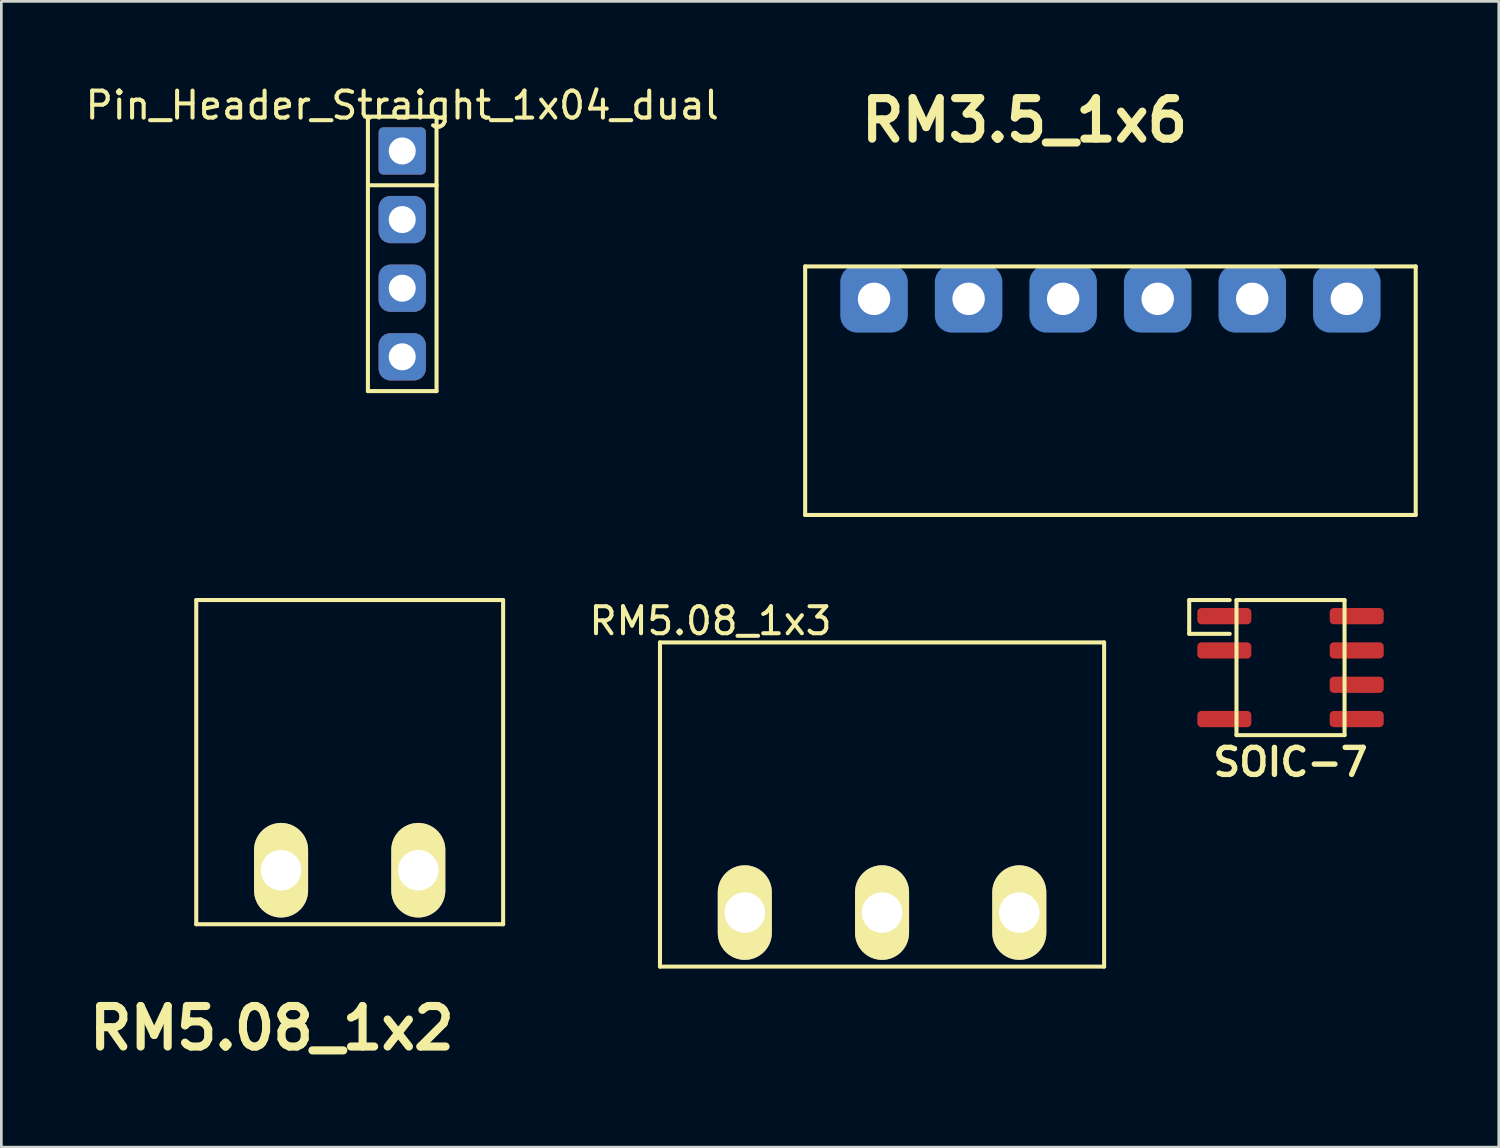
<source format=kicad_pcb>
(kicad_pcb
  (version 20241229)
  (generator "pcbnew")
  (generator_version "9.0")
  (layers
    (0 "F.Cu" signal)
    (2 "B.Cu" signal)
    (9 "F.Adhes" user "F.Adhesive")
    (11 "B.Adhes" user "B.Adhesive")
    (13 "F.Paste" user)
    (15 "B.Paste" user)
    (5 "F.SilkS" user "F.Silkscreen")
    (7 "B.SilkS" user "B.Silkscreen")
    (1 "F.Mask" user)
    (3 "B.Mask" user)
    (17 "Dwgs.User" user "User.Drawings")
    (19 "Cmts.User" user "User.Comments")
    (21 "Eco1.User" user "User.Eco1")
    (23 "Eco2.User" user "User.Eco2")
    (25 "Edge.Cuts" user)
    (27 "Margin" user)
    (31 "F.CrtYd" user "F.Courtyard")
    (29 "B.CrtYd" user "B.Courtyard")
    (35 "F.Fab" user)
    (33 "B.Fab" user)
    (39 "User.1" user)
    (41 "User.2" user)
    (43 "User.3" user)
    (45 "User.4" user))
  (footprint "SOIC-7"
    (layer "F.Cu")
    (at 44.72 21.662)
    (property "Reference" "SOIC-7" (at 0 3.5 0) (layer "F.SilkS") (effects (font (size 1 1) (thickness 0.2))))
    (attr smd)
    (fp_line (start -3.75 -2.5) (end -3.75 -1.25) (stroke (width 0.15) (type solid)) (layer "F.SilkS"))
    (fp_line (start -3.75 -1.25) (end -2.25 -1.25) (stroke (width 0.15) (type solid)) (layer "F.SilkS"))
    (fp_line (start -2.25 -2.5) (end -3.75 -2.5) (stroke (width 0.15) (type solid)) (layer "F.SilkS"))
    (fp_line (start -2 -2.5) (end -2 2.5) (stroke (width 0.15) (type solid)) (layer "F.SilkS"))
    (fp_line (start -2 2.5) (end 2 2.5) (stroke (width 0.15) (type solid)) (layer "F.SilkS"))
    (fp_line (start 2 -2.5) (end -2 -2.5) (stroke (width 0.15) (type solid)) (layer "F.SilkS"))
    (fp_line (start 2 2.5) (end 2 -2.5) (stroke (width 0.15) (type solid)) (layer "F.SilkS"))
    (pad "1" smd roundrect (at -2.45 -1.905 270) (size 0.6 2) (layers "F.Cu" "F.Mask" "F.Paste") (roundrect_rratio 0.25))
    (pad "2" smd roundrect (at -2.45 -0.635 270) (size 0.6 2) (layers "F.Cu" "F.Mask" "F.Paste") (roundrect_rratio 0.25))
    (pad "4" smd roundrect (at -2.45 1.905 270) (size 0.6 2) (layers "F.Cu" "F.Mask" "F.Paste") (roundrect_rratio 0.25))
    (pad "5" smd roundrect (at 2.45 1.905 270) (size 0.6 2) (layers "F.Cu" "F.Mask" "F.Paste") (roundrect_rratio 0.25))
    (pad "6" smd roundrect (at 2.45 0.635 270) (size 0.6 2) (layers "F.Cu" "F.Mask" "F.Paste") (roundrect_rratio 0.25))
    (pad "7" smd roundrect (at 2.45 -0.635 270) (size 0.6 2) (layers "F.Cu" "F.Mask" "F.Paste") (roundrect_rratio 0.25))
    (pad "8" smd roundrect (at 2.45 -1.905 270) (size 0.6 2) (layers "F.Cu" "F.Mask" "F.Paste") (roundrect_rratio 0.25)))
  (footprint "RM5.08_1x2"
    (layer "F.Cu")
    (at 7.354 29.162)
    (property "Reference" "RM5.08_1x2" (at -0.34 5.848 0) (layer "F.SilkS") (effects (font (size 1.5 1.5) (thickness 0.3))))
    (attr through_hole)
    (fp_line (start -3.14 -10) (end -3.14 2) (stroke (width 0.15) (type solid)) (layer "F.SilkS"))
    (fp_line (start -3.14 2) (end 8.22 2) (stroke (width 0.15) (type solid)) (layer "F.SilkS"))
    (fp_line (start 8.22 -10) (end -3.14 -10) (stroke (width 0.15) (type solid)) (layer "F.SilkS"))
    (fp_line (start 8.22 2) (end 8.22 -10) (stroke (width 0.15) (type solid)) (layer "F.SilkS"))
    (pad "1" thru_hole oval (at 0 0) (size 2 3.5) (drill 1.5) (layers "*.Cu" "*.Mask" "F.SilkS"))
    (pad "2" thru_hole oval (at 5.08 0) (size 2 3.5) (drill 1.5) (layers "*.Cu" "*.Mask" "F.SilkS")))
  (footprint "Pin_Header_Straight_1x04_dual"
    (layer "F.Cu")
    (at 11.839 6.348)
    (property "Reference" "Pin_Header_Straight_1x04_dual" (at 0 -5.5 0) (layer "F.SilkS") (effects (font (size 1 1) (thickness 0.15))))
    (attr through_hole)
    (fp_line (start -1.27 -5.08) (end -1.27 5.08) (stroke (width 0.15) (type solid)) (layer "F.SilkS"))
    (fp_line (start -1.27 -2.54) (end 1.27 -2.54) (stroke (width 0.15) (type solid)) (layer "F.SilkS"))
    (fp_line (start -1.27 5.08) (end 1.27 5.08) (stroke (width 0.15) (type solid)) (layer "F.SilkS"))
    (fp_line (start 1.27 -5.08) (end -1.27 -5.08) (stroke (width 0.15) (type solid)) (layer "F.SilkS"))
    (fp_line (start 1.27 5.08) (end 1.27 -5.08) (stroke (width 0.15) (type solid)) (layer "F.SilkS"))
    (pad "1" thru_hole circle (at 0 -3.81) (size 1.3 1.3) (drill 1) (layers "*.Cu" "*.Mask"))
    (pad "1" smd roundrect (at 0 -3.81) (size 1.75 1.75) (layers "*.Mask" "F.Cu") (roundrect_rratio 0.1))
    (pad "1" smd roundrect (at 0 -3.81) (size 1.75 1.75) (layers "B.Cu" "B.Mask") (roundrect_rratio 0.1))
    (pad "2" thru_hole circle (at 0 -1.27) (size 1.3 1.3) (drill 1) (layers "*.Cu" "*.Mask"))
    (pad "2" smd roundrect (at 0 -1.27) (size 1.75 1.75) (layers "F.Cu" "F.Mask") (roundrect_rratio 0.25))
    (pad "2" smd roundrect (at 0 -1.27) (size 1.75 1.75) (layers "B.Cu" "B.Mask") (roundrect_rratio 0.25))
    (pad "3" thru_hole circle (at 0 1.27) (size 1.3 1.3) (drill 1) (layers "*.Cu" "*.Mask"))
    (pad "3" smd roundrect (at 0 1.27) (size 1.75 1.75) (layers "F.Cu" "F.Mask") (roundrect_rratio 0.25))
    (pad "3" smd roundrect (at 0 1.27) (size 1.75 1.75) (layers "B.Cu" "B.Mask") (roundrect_rratio 0.25))
    (pad "4" thru_hole circle (at 0 3.81) (size 1.3 1.3) (drill 1) (layers "*.Cu" "*.Mask"))
    (pad "4" smd roundrect (at 0 3.81) (size 1.75 1.75) (layers "F.Cu" "F.Mask") (roundrect_rratio 0.25))
    (pad "4" smd roundrect (at 0 3.81) (size 1.75 1.75) (layers "B.Cu" "B.Mask") (roundrect_rratio 0.25)))
  (footprint "RM5.08_1x3"
    (layer "F.Cu")
    (at 24.52 30.73)
    (property "Reference" "RM5.08_1x3" (at -1.27 -10.795 0) (layer "F.SilkS") (effects (font (size 1 1) (thickness 0.15))))
    (attr through_hole)
    (fp_line (start -3.14 -10) (end -3.14 2) (stroke (width 0.15) (type solid)) (layer "F.SilkS"))
    (fp_line (start -3.14 2) (end 13.3 2) (stroke (width 0.15) (type solid)) (layer "F.SilkS"))
    (fp_line (start 13.3 -10) (end -3.14 -10) (stroke (width 0.15) (type solid)) (layer "F.SilkS"))
    (fp_line (start 13.3 2) (end 13.3 -10) (stroke (width 0.15) (type solid)) (layer "F.SilkS"))
    (pad "1" thru_hole oval (at 0 0) (size 2 3.5) (drill 1.5) (layers "*.Cu" "*.Mask" "F.SilkS"))
    (pad "2" thru_hole oval (at 5.08 0) (size 2 3.5) (drill 1.5) (layers "*.Cu" "*.Mask" "F.SilkS"))
    (pad "3" thru_hole oval (at 10.16 0) (size 2 3.5) (drill 1.5) (layers "*.Cu" "*.Mask" "F.SilkS")))
  (footprint "RM3.5_1x6"
    (layer "F.Cu")
    (at 29.304 8.012)
    (property "Reference" "RM3.5_1x6" (at 5.572 -6.608 0) (layer "F.SilkS") (effects (font (size 1.5 1.5) (thickness 0.3))))
    (attr through_hole)
    (fp_line (start -2.55 -1.2) (end 20.05 -1.2) (stroke (width 0.15) (type solid)) (layer "F.SilkS"))
    (fp_line (start -2.55 8) (end -2.55 -1.2) (stroke (width 0.15) (type solid)) (layer "F.SilkS"))
    (fp_line (start -2.55 8) (end 20.05 8) (stroke (width 0.15) (type solid)) (layer "F.SilkS"))
    (fp_line (start 20.05 -1.2) (end 20.05 8) (stroke (width 0.15) (type solid)) (layer "F.SilkS"))
    (pad "1" thru_hole circle (at 0 0) (size 1.5 1.5) (drill 1.2) (layers "*.Cu" "*.Mask"))
    (pad "1" smd roundrect (at 0 0) (size 2.5 2.5) (layers "B.Cu" "B.Mask") (roundrect_rratio 0.25))
    (pad "2" thru_hole circle (at 3.5 0) (size 1.5 1.5) (drill 1.2) (layers "*.Cu" "*.Mask"))
    (pad "2" smd roundrect (at 3.5 0) (size 2.5 2.5) (layers "B.Cu" "B.Mask") (roundrect_rratio 0.25))
    (pad "3" thru_hole circle (at 7 0) (size 1.5 1.5) (drill 1.2) (layers "*.Cu" "*.Mask"))
    (pad "3" smd roundrect (at 7 0) (size 2.5 2.5) (layers "B.Cu" "B.Mask") (roundrect_rratio 0.25))
    (pad "4" thru_hole circle (at 10.5 0) (size 1.5 1.5) (drill 1.2) (layers "*.Cu" "*.Mask"))
    (pad "4" smd roundrect (at 10.5 0) (size 2.5 2.5) (layers "B.Cu" "B.Mask") (roundrect_rratio 0.25))
    (pad "5" thru_hole circle (at 14 0) (size 1.5 1.5) (drill 1.2) (layers "*.Cu" "*.Mask"))
    (pad "5" smd roundrect (at 14 0) (size 2.5 2.5) (layers "B.Cu" "B.Mask") (roundrect_rratio 0.25))
    (pad "6" thru_hole circle (at 17.5 0) (size 1.5 1.5) (drill 1.2) (layers "*.Cu" "*.Mask"))
    (pad "6" smd roundrect (at 17.5 0) (size 2.5 2.5) (layers "B.Cu" "B.Mask") (roundrect_rratio 0.25)))
  (gr_rect
    (start -3 -3)
    (end 52.429 39.414)
    (stroke (width 0.1) (type default))
    (fill no)
    (layer "Edge.Cuts")))
</source>
